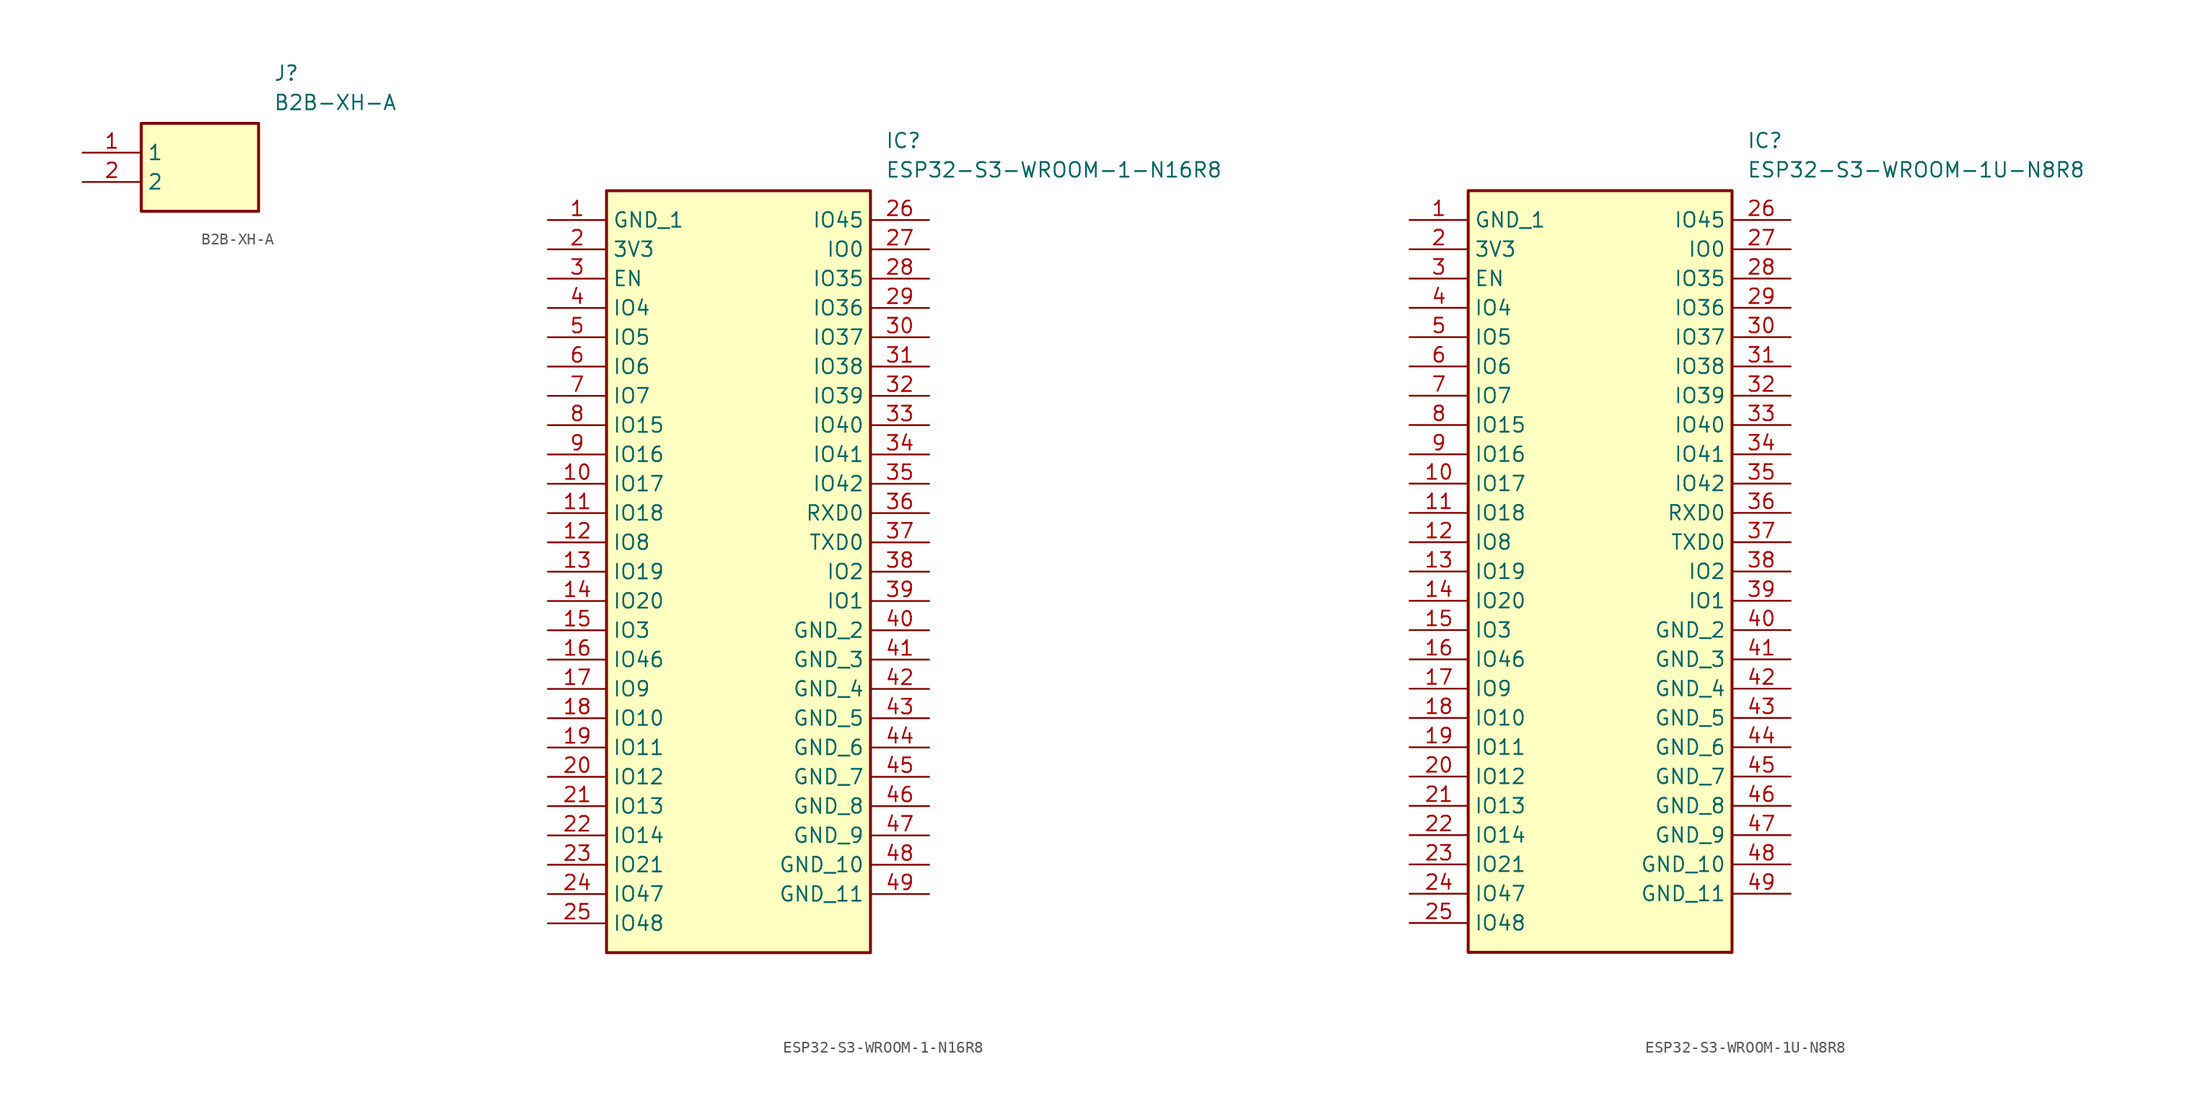
<source format=kicad_sym>
(kicad_symbol_lib
  (version 20220914)
  (generator SamacSys_ECAD_Model)
  (symbol "B2B-XH-A"
    (property "Reference" "J"
      (at 16.51 7.62 0)
      (effects (font (size 1.27 1.27)) (justify left top)))
    (property "Value" "B2B-XH-A"
      (at 16.51 5.08 0)
      (effects (font (size 1.27 1.27)) (justify left top)))
    (rectangle
      (start 5.08 2.54)
      (end 15.24 -5.08)
      (stroke (width 0.254) (type default))
      (fill (type background)))
    (pin passive line
      (at 0 0 0)
      (length 5.08)
      (name "1" (effects (font (size 1.27 1.27))))
      (number "1" (effects (font (size 1.27 1.27)))))
    (pin passive line
      (at 0 -2.54 0)
      (length 5.08)
      (name "2" (effects (font (size 1.27 1.27))))
      (number "2" (effects (font (size 1.27 1.27))))))
  (symbol "ESP32-S3-WROOM-1-N16R8"
    (property "Reference" "IC"
      (at 29.21 7.62 0)
      (effects (font (size 1.27 1.27)) (justify left top)))
    (property "Value" "ESP32-S3-WROOM-1-N16R8"
      (at 29.21 5.08 0)
      (effects (font (size 1.27 1.27)) (justify left top)))
    (rectangle
      (start 5.08 2.54)
      (end 27.94 -63.5)
      (stroke (width 0.254) (type default))
      (fill (type background)))
    (pin passive line
      (at 0 0 0)
      (length 5.08)
      (name "GND_1" (effects (font (size 1.27 1.27))))
      (number "1" (effects (font (size 1.27 1.27)))))
    (pin passive line
      (at 0 -2.54 0)
      (length 5.08)
      (name "3V3" (effects (font (size 1.27 1.27))))
      (number "2" (effects (font (size 1.27 1.27)))))
    (pin passive line
      (at 0 -5.08 0)
      (length 5.08)
      (name "EN" (effects (font (size 1.27 1.27))))
      (number "3" (effects (font (size 1.27 1.27)))))
    (pin passive line
      (at 0 -7.62 0)
      (length 5.08)
      (name "IO4" (effects (font (size 1.27 1.27))))
      (number "4" (effects (font (size 1.27 1.27)))))
    (pin passive line
      (at 0 -10.16 0)
      (length 5.08)
      (name "IO5" (effects (font (size 1.27 1.27))))
      (number "5" (effects (font (size 1.27 1.27)))))
    (pin passive line
      (at 0 -12.7 0)
      (length 5.08)
      (name "IO6" (effects (font (size 1.27 1.27))))
      (number "6" (effects (font (size 1.27 1.27)))))
    (pin passive line
      (at 0 -15.24 0)
      (length 5.08)
      (name "IO7" (effects (font (size 1.27 1.27))))
      (number "7" (effects (font (size 1.27 1.27)))))
    (pin passive line
      (at 0 -17.78 0)
      (length 5.08)
      (name "IO15" (effects (font (size 1.27 1.27))))
      (number "8" (effects (font (size 1.27 1.27)))))
    (pin passive line
      (at 0 -20.32 0)
      (length 5.08)
      (name "IO16" (effects (font (size 1.27 1.27))))
      (number "9" (effects (font (size 1.27 1.27)))))
    (pin passive line
      (at 0 -22.86 0)
      (length 5.08)
      (name "IO17" (effects (font (size 1.27 1.27))))
      (number "10" (effects (font (size 1.27 1.27)))))
    (pin passive line
      (at 0 -25.4 0)
      (length 5.08)
      (name "IO18" (effects (font (size 1.27 1.27))))
      (number "11" (effects (font (size 1.27 1.27)))))
    (pin passive line
      (at 0 -27.94 0)
      (length 5.08)
      (name "IO8" (effects (font (size 1.27 1.27))))
      (number "12" (effects (font (size 1.27 1.27)))))
    (pin passive line
      (at 0 -30.48 0)
      (length 5.08)
      (name "IO19" (effects (font (size 1.27 1.27))))
      (number "13" (effects (font (size 1.27 1.27)))))
    (pin passive line
      (at 0 -33.02 0)
      (length 5.08)
      (name "IO20" (effects (font (size 1.27 1.27))))
      (number "14" (effects (font (size 1.27 1.27)))))
    (pin passive line
      (at 0 -35.56 0)
      (length 5.08)
      (name "IO3" (effects (font (size 1.27 1.27))))
      (number "15" (effects (font (size 1.27 1.27)))))
    (pin passive line
      (at 0 -38.1 0)
      (length 5.08)
      (name "IO46" (effects (font (size 1.27 1.27))))
      (number "16" (effects (font (size 1.27 1.27)))))
    (pin passive line
      (at 0 -40.64 0)
      (length 5.08)
      (name "IO9" (effects (font (size 1.27 1.27))))
      (number "17" (effects (font (size 1.27 1.27)))))
    (pin passive line
      (at 0 -43.18 0)
      (length 5.08)
      (name "IO10" (effects (font (size 1.27 1.27))))
      (number "18" (effects (font (size 1.27 1.27)))))
    (pin passive line
      (at 0 -45.72 0)
      (length 5.08)
      (name "IO11" (effects (font (size 1.27 1.27))))
      (number "19" (effects (font (size 1.27 1.27)))))
    (pin passive line
      (at 0 -48.26 0)
      (length 5.08)
      (name "IO12" (effects (font (size 1.27 1.27))))
      (number "20" (effects (font (size 1.27 1.27)))))
    (pin passive line
      (at 0 -50.8 0)
      (length 5.08)
      (name "IO13" (effects (font (size 1.27 1.27))))
      (number "21" (effects (font (size 1.27 1.27)))))
    (pin passive line
      (at 0 -53.34 0)
      (length 5.08)
      (name "IO14" (effects (font (size 1.27 1.27))))
      (number "22" (effects (font (size 1.27 1.27)))))
    (pin passive line
      (at 0 -55.88 0)
      (length 5.08)
      (name "IO21" (effects (font (size 1.27 1.27))))
      (number "23" (effects (font (size 1.27 1.27)))))
    (pin passive line
      (at 0 -58.42 0)
      (length 5.08)
      (name "IO47" (effects (font (size 1.27 1.27))))
      (number "24" (effects (font (size 1.27 1.27)))))
    (pin passive line
      (at 0 -60.96 0)
      (length 5.08)
      (name "IO48" (effects (font (size 1.27 1.27))))
      (number "25" (effects (font (size 1.27 1.27)))))
    (pin passive line
      (at 33.02 0 180)
      (length 5.08)
      (name "IO45" (effects (font (size 1.27 1.27))))
      (number "26" (effects (font (size 1.27 1.27)))))
    (pin passive line
      (at 33.02 -2.54 180)
      (length 5.08)
      (name "IO0" (effects (font (size 1.27 1.27))))
      (number "27" (effects (font (size 1.27 1.27)))))
    (pin passive line
      (at 33.02 -5.08 180)
      (length 5.08)
      (name "IO35" (effects (font (size 1.27 1.27))))
      (number "28" (effects (font (size 1.27 1.27)))))
    (pin passive line
      (at 33.02 -7.62 180)
      (length 5.08)
      (name "IO36" (effects (font (size 1.27 1.27))))
      (number "29" (effects (font (size 1.27 1.27)))))
    (pin passive line
      (at 33.02 -10.16 180)
      (length 5.08)
      (name "IO37" (effects (font (size 1.27 1.27))))
      (number "30" (effects (font (size 1.27 1.27)))))
    (pin passive line
      (at 33.02 -12.7 180)
      (length 5.08)
      (name "IO38" (effects (font (size 1.27 1.27))))
      (number "31" (effects (font (size 1.27 1.27)))))
    (pin passive line
      (at 33.02 -15.24 180)
      (length 5.08)
      (name "IO39" (effects (font (size 1.27 1.27))))
      (number "32" (effects (font (size 1.27 1.27)))))
    (pin passive line
      (at 33.02 -17.78 180)
      (length 5.08)
      (name "IO40" (effects (font (size 1.27 1.27))))
      (number "33" (effects (font (size 1.27 1.27)))))
    (pin passive line
      (at 33.02 -20.32 180)
      (length 5.08)
      (name "IO41" (effects (font (size 1.27 1.27))))
      (number "34" (effects (font (size 1.27 1.27)))))
    (pin passive line
      (at 33.02 -22.86 180)
      (length 5.08)
      (name "IO42" (effects (font (size 1.27 1.27))))
      (number "35" (effects (font (size 1.27 1.27)))))
    (pin passive line
      (at 33.02 -25.4 180)
      (length 5.08)
      (name "RXD0" (effects (font (size 1.27 1.27))))
      (number "36" (effects (font (size 1.27 1.27)))))
    (pin passive line
      (at 33.02 -27.94 180)
      (length 5.08)
      (name "TXD0" (effects (font (size 1.27 1.27))))
      (number "37" (effects (font (size 1.27 1.27)))))
    (pin passive line
      (at 33.02 -30.48 180)
      (length 5.08)
      (name "IO2" (effects (font (size 1.27 1.27))))
      (number "38" (effects (font (size 1.27 1.27)))))
    (pin passive line
      (at 33.02 -33.02 180)
      (length 5.08)
      (name "IO1" (effects (font (size 1.27 1.27))))
      (number "39" (effects (font (size 1.27 1.27)))))
    (pin passive line
      (at 33.02 -35.56 180)
      (length 5.08)
      (name "GND_2" (effects (font (size 1.27 1.27))))
      (number "40" (effects (font (size 1.27 1.27)))))
    (pin passive line
      (at 33.02 -38.1 180)
      (length 5.08)
      (name "GND_3" (effects (font (size 1.27 1.27))))
      (number "41" (effects (font (size 1.27 1.27)))))
    (pin passive line
      (at 33.02 -40.64 180)
      (length 5.08)
      (name "GND_4" (effects (font (size 1.27 1.27))))
      (number "42" (effects (font (size 1.27 1.27)))))
    (pin passive line
      (at 33.02 -43.18 180)
      (length 5.08)
      (name "GND_5" (effects (font (size 1.27 1.27))))
      (number "43" (effects (font (size 1.27 1.27)))))
    (pin passive line
      (at 33.02 -45.72 180)
      (length 5.08)
      (name "GND_6" (effects (font (size 1.27 1.27))))
      (number "44" (effects (font (size 1.27 1.27)))))
    (pin passive line
      (at 33.02 -48.26 180)
      (length 5.08)
      (name "GND_7" (effects (font (size 1.27 1.27))))
      (number "45" (effects (font (size 1.27 1.27)))))
    (pin passive line
      (at 33.02 -50.8 180)
      (length 5.08)
      (name "GND_8" (effects (font (size 1.27 1.27))))
      (number "46" (effects (font (size 1.27 1.27)))))
    (pin passive line
      (at 33.02 -53.34 180)
      (length 5.08)
      (name "GND_9" (effects (font (size 1.27 1.27))))
      (number "47" (effects (font (size 1.27 1.27)))))
    (pin passive line
      (at 33.02 -55.88 180)
      (length 5.08)
      (name "GND_10" (effects (font (size 1.27 1.27))))
      (number "48" (effects (font (size 1.27 1.27)))))
    (pin passive line
      (at 33.02 -58.42 180)
      (length 5.08)
      (name "GND_11" (effects (font (size 1.27 1.27))))
      (number "49" (effects (font (size 1.27 1.27))))))
  (symbol "ESP32-S3-WROOM-1U-N8R8"
    (property "Reference" "IC"
      (at 29.21 7.62 0)
      (effects (font (size 1.27 1.27)) (justify left top)))
    (property "Value" "ESP32-S3-WROOM-1U-N8R8"
      (at 29.21 5.08 0)
      (effects (font (size 1.27 1.27)) (justify left top)))
    (rectangle
      (start 5.08 2.54)
      (end 27.94 -63.5)
      (stroke (width 0.254) (type default))
      (fill (type background)))
    (pin passive line
      (at 0 0 0)
      (length 5.08)
      (name "GND_1" (effects (font (size 1.27 1.27))))
      (number "1" (effects (font (size 1.27 1.27)))))
    (pin passive line
      (at 0 -2.54 0)
      (length 5.08)
      (name "3V3" (effects (font (size 1.27 1.27))))
      (number "2" (effects (font (size 1.27 1.27)))))
    (pin passive line
      (at 0 -5.08 0)
      (length 5.08)
      (name "EN" (effects (font (size 1.27 1.27))))
      (number "3" (effects (font (size 1.27 1.27)))))
    (pin passive line
      (at 0 -7.62 0)
      (length 5.08)
      (name "IO4" (effects (font (size 1.27 1.27))))
      (number "4" (effects (font (size 1.27 1.27)))))
    (pin passive line
      (at 0 -10.16 0)
      (length 5.08)
      (name "IO5" (effects (font (size 1.27 1.27))))
      (number "5" (effects (font (size 1.27 1.27)))))
    (pin passive line
      (at 0 -12.7 0)
      (length 5.08)
      (name "IO6" (effects (font (size 1.27 1.27))))
      (number "6" (effects (font (size 1.27 1.27)))))
    (pin passive line
      (at 0 -15.24 0)
      (length 5.08)
      (name "IO7" (effects (font (size 1.27 1.27))))
      (number "7" (effects (font (size 1.27 1.27)))))
    (pin passive line
      (at 0 -17.78 0)
      (length 5.08)
      (name "IO15" (effects (font (size 1.27 1.27))))
      (number "8" (effects (font (size 1.27 1.27)))))
    (pin passive line
      (at 0 -20.32 0)
      (length 5.08)
      (name "IO16" (effects (font (size 1.27 1.27))))
      (number "9" (effects (font (size 1.27 1.27)))))
    (pin passive line
      (at 0 -22.86 0)
      (length 5.08)
      (name "IO17" (effects (font (size 1.27 1.27))))
      (number "10" (effects (font (size 1.27 1.27)))))
    (pin passive line
      (at 0 -25.4 0)
      (length 5.08)
      (name "IO18" (effects (font (size 1.27 1.27))))
      (number "11" (effects (font (size 1.27 1.27)))))
    (pin passive line
      (at 0 -27.94 0)
      (length 5.08)
      (name "IO8" (effects (font (size 1.27 1.27))))
      (number "12" (effects (font (size 1.27 1.27)))))
    (pin passive line
      (at 0 -30.48 0)
      (length 5.08)
      (name "IO19" (effects (font (size 1.27 1.27))))
      (number "13" (effects (font (size 1.27 1.27)))))
    (pin passive line
      (at 0 -33.02 0)
      (length 5.08)
      (name "IO20" (effects (font (size 1.27 1.27))))
      (number "14" (effects (font (size 1.27 1.27)))))
    (pin passive line
      (at 0 -35.56 0)
      (length 5.08)
      (name "IO3" (effects (font (size 1.27 1.27))))
      (number "15" (effects (font (size 1.27 1.27)))))
    (pin passive line
      (at 0 -38.1 0)
      (length 5.08)
      (name "IO46" (effects (font (size 1.27 1.27))))
      (number "16" (effects (font (size 1.27 1.27)))))
    (pin passive line
      (at 0 -40.64 0)
      (length 5.08)
      (name "IO9" (effects (font (size 1.27 1.27))))
      (number "17" (effects (font (size 1.27 1.27)))))
    (pin passive line
      (at 0 -43.18 0)
      (length 5.08)
      (name "IO10" (effects (font (size 1.27 1.27))))
      (number "18" (effects (font (size 1.27 1.27)))))
    (pin passive line
      (at 0 -45.72 0)
      (length 5.08)
      (name "IO11" (effects (font (size 1.27 1.27))))
      (number "19" (effects (font (size 1.27 1.27)))))
    (pin passive line
      (at 0 -48.26 0)
      (length 5.08)
      (name "IO12" (effects (font (size 1.27 1.27))))
      (number "20" (effects (font (size 1.27 1.27)))))
    (pin passive line
      (at 0 -50.8 0)
      (length 5.08)
      (name "IO13" (effects (font (size 1.27 1.27))))
      (number "21" (effects (font (size 1.27 1.27)))))
    (pin passive line
      (at 0 -53.34 0)
      (length 5.08)
      (name "IO14" (effects (font (size 1.27 1.27))))
      (number "22" (effects (font (size 1.27 1.27)))))
    (pin passive line
      (at 0 -55.88 0)
      (length 5.08)
      (name "IO21" (effects (font (size 1.27 1.27))))
      (number "23" (effects (font (size 1.27 1.27)))))
    (pin passive line
      (at 0 -58.42 0)
      (length 5.08)
      (name "IO47" (effects (font (size 1.27 1.27))))
      (number "24" (effects (font (size 1.27 1.27)))))
    (pin passive line
      (at 0 -60.96 0)
      (length 5.08)
      (name "IO48" (effects (font (size 1.27 1.27))))
      (number "25" (effects (font (size 1.27 1.27)))))
    (pin passive line
      (at 33.02 0 180)
      (length 5.08)
      (name "IO45" (effects (font (size 1.27 1.27))))
      (number "26" (effects (font (size 1.27 1.27)))))
    (pin passive line
      (at 33.02 -2.54 180)
      (length 5.08)
      (name "IO0" (effects (font (size 1.27 1.27))))
      (number "27" (effects (font (size 1.27 1.27)))))
    (pin passive line
      (at 33.02 -5.08 180)
      (length 5.08)
      (name "IO35" (effects (font (size 1.27 1.27))))
      (number "28" (effects (font (size 1.27 1.27)))))
    (pin passive line
      (at 33.02 -7.62 180)
      (length 5.08)
      (name "IO36" (effects (font (size 1.27 1.27))))
      (number "29" (effects (font (size 1.27 1.27)))))
    (pin passive line
      (at 33.02 -10.16 180)
      (length 5.08)
      (name "IO37" (effects (font (size 1.27 1.27))))
      (number "30" (effects (font (size 1.27 1.27)))))
    (pin passive line
      (at 33.02 -12.7 180)
      (length 5.08)
      (name "IO38" (effects (font (size 1.27 1.27))))
      (number "31" (effects (font (size 1.27 1.27)))))
    (pin passive line
      (at 33.02 -15.24 180)
      (length 5.08)
      (name "IO39" (effects (font (size 1.27 1.27))))
      (number "32" (effects (font (size 1.27 1.27)))))
    (pin passive line
      (at 33.02 -17.78 180)
      (length 5.08)
      (name "IO40" (effects (font (size 1.27 1.27))))
      (number "33" (effects (font (size 1.27 1.27)))))
    (pin passive line
      (at 33.02 -20.32 180)
      (length 5.08)
      (name "IO41" (effects (font (size 1.27 1.27))))
      (number "34" (effects (font (size 1.27 1.27)))))
    (pin passive line
      (at 33.02 -22.86 180)
      (length 5.08)
      (name "IO42" (effects (font (size 1.27 1.27))))
      (number "35" (effects (font (size 1.27 1.27)))))
    (pin passive line
      (at 33.02 -25.4 180)
      (length 5.08)
      (name "RXD0" (effects (font (size 1.27 1.27))))
      (number "36" (effects (font (size 1.27 1.27)))))
    (pin passive line
      (at 33.02 -27.94 180)
      (length 5.08)
      (name "TXD0" (effects (font (size 1.27 1.27))))
      (number "37" (effects (font (size 1.27 1.27)))))
    (pin passive line
      (at 33.02 -30.48 180)
      (length 5.08)
      (name "IO2" (effects (font (size 1.27 1.27))))
      (number "38" (effects (font (size 1.27 1.27)))))
    (pin passive line
      (at 33.02 -33.02 180)
      (length 5.08)
      (name "IO1" (effects (font (size 1.27 1.27))))
      (number "39" (effects (font (size 1.27 1.27)))))
    (pin passive line
      (at 33.02 -35.56 180)
      (length 5.08)
      (name "GND_2" (effects (font (size 1.27 1.27))))
      (number "40" (effects (font (size 1.27 1.27)))))
    (pin passive line
      (at 33.02 -38.1 180)
      (length 5.08)
      (name "GND_3" (effects (font (size 1.27 1.27))))
      (number "41" (effects (font (size 1.27 1.27)))))
    (pin passive line
      (at 33.02 -40.64 180)
      (length 5.08)
      (name "GND_4" (effects (font (size 1.27 1.27))))
      (number "42" (effects (font (size 1.27 1.27)))))
    (pin passive line
      (at 33.02 -43.18 180)
      (length 5.08)
      (name "GND_5" (effects (font (size 1.27 1.27))))
      (number "43" (effects (font (size 1.27 1.27)))))
    (pin passive line
      (at 33.02 -45.72 180)
      (length 5.08)
      (name "GND_6" (effects (font (size 1.27 1.27))))
      (number "44" (effects (font (size 1.27 1.27)))))
    (pin passive line
      (at 33.02 -48.26 180)
      (length 5.08)
      (name "GND_7" (effects (font (size 1.27 1.27))))
      (number "45" (effects (font (size 1.27 1.27)))))
    (pin passive line
      (at 33.02 -50.8 180)
      (length 5.08)
      (name "GND_8" (effects (font (size 1.27 1.27))))
      (number "46" (effects (font (size 1.27 1.27)))))
    (pin passive line
      (at 33.02 -53.34 180)
      (length 5.08)
      (name "GND_9" (effects (font (size 1.27 1.27))))
      (number "47" (effects (font (size 1.27 1.27)))))
    (pin passive line
      (at 33.02 -55.88 180)
      (length 5.08)
      (name "GND_10" (effects (font (size 1.27 1.27))))
      (number "48" (effects (font (size 1.27 1.27)))))
    (pin passive line
      (at 33.02 -58.42 180)
      (length 5.08)
      (name "GND_11" (effects (font (size 1.27 1.27))))
      (number "49" (effects (font (size 1.27 1.27)))))))
</source>
